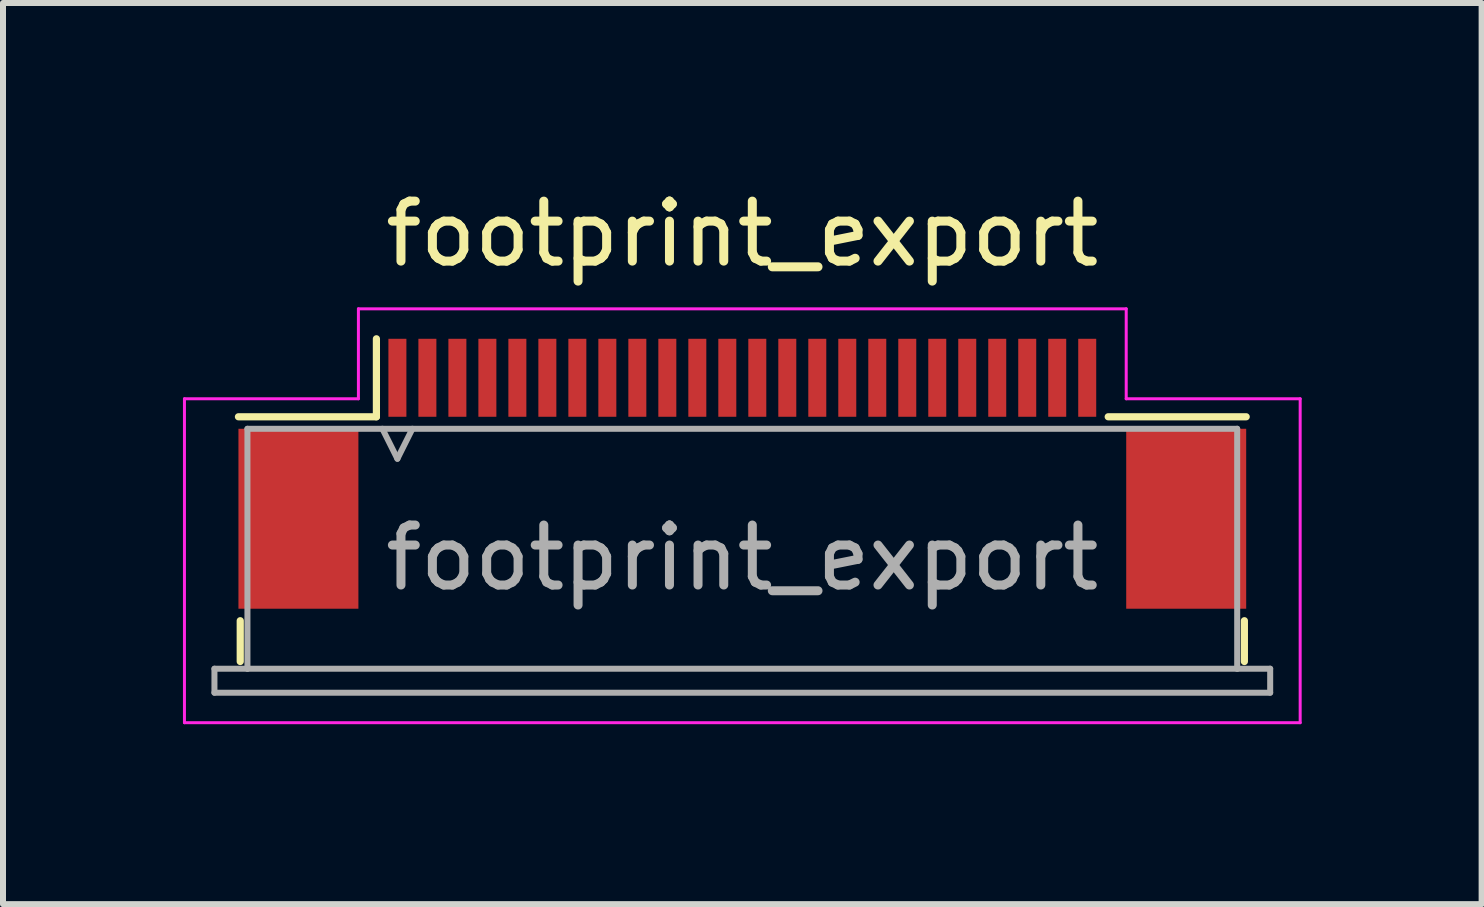
<source format=kicad_pcb>
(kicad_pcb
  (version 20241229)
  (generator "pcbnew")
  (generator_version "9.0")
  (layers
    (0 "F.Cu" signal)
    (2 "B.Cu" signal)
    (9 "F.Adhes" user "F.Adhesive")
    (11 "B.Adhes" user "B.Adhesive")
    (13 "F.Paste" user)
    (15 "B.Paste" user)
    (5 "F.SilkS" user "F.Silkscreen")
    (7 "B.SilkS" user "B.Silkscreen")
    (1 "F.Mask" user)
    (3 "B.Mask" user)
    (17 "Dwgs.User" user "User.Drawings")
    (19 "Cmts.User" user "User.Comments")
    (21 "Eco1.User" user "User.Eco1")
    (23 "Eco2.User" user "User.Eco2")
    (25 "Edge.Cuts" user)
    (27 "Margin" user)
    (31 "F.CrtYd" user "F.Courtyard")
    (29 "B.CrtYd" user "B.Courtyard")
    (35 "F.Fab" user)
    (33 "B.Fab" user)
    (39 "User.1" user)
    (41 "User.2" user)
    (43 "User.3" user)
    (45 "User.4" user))
  (footprint "footprint_export"
    (layer "F.Cu")
    (at 9.325 4.848)
    (property "Reference" "footprint_export" (at 0 -4 0) (layer "F.SilkS") (effects (font (size 1 1) (thickness 0.15))))
    (attr smd)
    (fp_line (start -8.37 2.45) (end -8.37 3.13) (stroke (width 0.12) (type solid)) (layer "F.SilkS"))
    (fp_line (start -6.1 -0.95) (end -8.4 -0.95) (stroke (width 0.12) (type solid)) (layer "F.SilkS"))
    (fp_line (start -6.1 -0.95) (end -6.1 -2.25) (stroke (width 0.12) (type solid)) (layer "F.SilkS"))
    (fp_line (start 6.1 -0.95) (end 8.4 -0.95) (stroke (width 0.12) (type solid)) (layer "F.SilkS"))
    (fp_line (start 8.37 2.45) (end 8.37 3.13) (stroke (width 0.12) (type solid)) (layer "F.SilkS"))
    (fp_line (start -9.3 -1.25) (end -9.3 4.15) (stroke (width 0.05) (type solid)) (layer "F.CrtYd"))
    (fp_line (start -9.3 4.15) (end 9.3 4.15) (stroke (width 0.05) (type solid)) (layer "F.CrtYd"))
    (fp_line (start -6.4 -2.75) (end -6.4 -1.25) (stroke (width 0.05) (type solid)) (layer "F.CrtYd"))
    (fp_line (start -6.4 -1.25) (end -9.3 -1.25) (stroke (width 0.05) (type solid)) (layer "F.CrtYd"))
    (fp_line (start 6.4 -2.75) (end -6.4 -2.75) (stroke (width 0.05) (type solid)) (layer "F.CrtYd"))
    (fp_line (start 6.4 -1.25) (end 6.4 -2.75) (stroke (width 0.05) (type solid)) (layer "F.CrtYd"))
    (fp_line (start 9.3 -1.25) (end 6.4 -1.25) (stroke (width 0.05) (type solid)) (layer "F.CrtYd"))
    (fp_line (start 9.3 4.15) (end 9.3 -1.25) (stroke (width 0.05) (type solid)) (layer "F.CrtYd"))
    (fp_line (start -8.8 3.25) (end -8.8 3.65) (stroke (width 0.1) (type solid)) (layer "F.Fab"))
    (fp_line (start -8.8 3.65) (end 8.8 3.65) (stroke (width 0.1) (type solid)) (layer "F.Fab"))
    (fp_line (start -8.25 -0.75) (end 8.25 -0.75) (stroke (width 0.1) (type solid)) (layer "F.Fab"))
    (fp_line (start -8.25 3.25) (end -8.8 3.25) (stroke (width 0.1) (type solid)) (layer "F.Fab"))
    (fp_line (start -8.25 3.25) (end -8.25 -0.75) (stroke (width 0.1) (type solid)) (layer "F.Fab"))
    (fp_line (start -6 -0.75) (end -5.75 -0.25) (stroke (width 0.1) (type solid)) (layer "F.Fab"))
    (fp_line (start -5.75 -0.25) (end -5.5 -0.75) (stroke (width 0.1) (type solid)) (layer "F.Fab"))
    (fp_line (start 8.25 3.25) (end -8.25 3.25) (stroke (width 0.1) (type solid)) (layer "F.Fab"))
    (fp_line (start 8.25 3.25) (end 8.25 -0.75) (stroke (width 0.1) (type solid)) (layer "F.Fab"))
    (fp_line (start 8.8 3.25) (end 8.25 3.25) (stroke (width 0.1) (type solid)) (layer "F.Fab"))
    (fp_line (start 8.8 3.65) (end 8.8 3.25) (stroke (width 0.1) (type solid)) (layer "F.Fab"))
    (fp_text user "${REFERENCE}" (at 0 1.4 0) (unlocked yes) (layer "F.Fab") (effects (font (size 1 1) (thickness 0.15))))
    (pad "1" smd rect (at -5.75 -1.6) (size 0.3 1.3) (layers "F.Cu" "F.Mask" "F.Paste"))
    (pad "2" smd rect (at -5.25 -1.6) (size 0.3 1.3) (layers "F.Cu" "F.Mask" "F.Paste"))
    (pad "3" smd rect (at -4.75 -1.6) (size 0.3 1.3) (layers "F.Cu" "F.Mask" "F.Paste"))
    (pad "4" smd rect (at -4.25 -1.6) (size 0.3 1.3) (layers "F.Cu" "F.Mask" "F.Paste"))
    (pad "5" smd rect (at -3.75 -1.6) (size 0.3 1.3) (layers "F.Cu" "F.Mask" "F.Paste"))
    (pad "6" smd rect (at -3.25 -1.6) (size 0.3 1.3) (layers "F.Cu" "F.Mask" "F.Paste"))
    (pad "7" smd rect (at -2.75 -1.6) (size 0.3 1.3) (layers "F.Cu" "F.Mask" "F.Paste"))
    (pad "8" smd rect (at -2.25 -1.6) (size 0.3 1.3) (layers "F.Cu" "F.Mask" "F.Paste"))
    (pad "9" smd rect (at -1.75 -1.6) (size 0.3 1.3) (layers "F.Cu" "F.Mask" "F.Paste"))
    (pad "10" smd rect (at -1.25 -1.6) (size 0.3 1.3) (layers "F.Cu" "F.Mask" "F.Paste"))
    (pad "11" smd rect (at -0.75 -1.6) (size 0.3 1.3) (layers "F.Cu" "F.Mask" "F.Paste"))
    (pad "12" smd rect (at -0.25 -1.6) (size 0.3 1.3) (layers "F.Cu" "F.Mask" "F.Paste"))
    (pad "13" smd rect (at 0.25 -1.6) (size 0.3 1.3) (layers "F.Cu" "F.Mask" "F.Paste"))
    (pad "14" smd rect (at 0.75 -1.6) (size 0.3 1.3) (layers "F.Cu" "F.Mask" "F.Paste"))
    (pad "15" smd rect (at 1.25 -1.6) (size 0.3 1.3) (layers "F.Cu" "F.Mask" "F.Paste"))
    (pad "16" smd rect (at 1.75 -1.6) (size 0.3 1.3) (layers "F.Cu" "F.Mask" "F.Paste"))
    (pad "17" smd rect (at 2.25 -1.6) (size 0.3 1.3) (layers "F.Cu" "F.Mask" "F.Paste"))
    (pad "18" smd rect (at 2.75 -1.6) (size 0.3 1.3) (layers "F.Cu" "F.Mask" "F.Paste"))
    (pad "19" smd rect (at 3.25 -1.6) (size 0.3 1.3) (layers "F.Cu" "F.Mask" "F.Paste"))
    (pad "20" smd rect (at 3.75 -1.6) (size 0.3 1.3) (layers "F.Cu" "F.Mask" "F.Paste"))
    (pad "21" smd rect (at 4.25 -1.6) (size 0.3 1.3) (layers "F.Cu" "F.Mask" "F.Paste"))
    (pad "22" smd rect (at 4.75 -1.6) (size 0.3 1.3) (layers "F.Cu" "F.Mask" "F.Paste"))
    (pad "23" smd rect (at 5.25 -1.6) (size 0.3 1.3) (layers "F.Cu" "F.Mask" "F.Paste"))
    (pad "24" smd rect (at 5.75 -1.6) (size 0.3 1.3) (layers "F.Cu" "F.Mask" "F.Paste"))
    (pad "MP" smd rect (at -7.4 0.75) (size 2 3) (layers "F.Cu" "F.Mask" "F.Paste"))
    (pad "MP" smd rect (at 7.4 0.75) (size 2 3) (layers "F.Cu" "F.Mask" "F.Paste")))
  (gr_rect
    (start -3 -3)
    (end 21.65 12.023)
    (stroke (width 0.1) (type default))
    (fill no)
    (layer "Edge.Cuts")))
</source>
